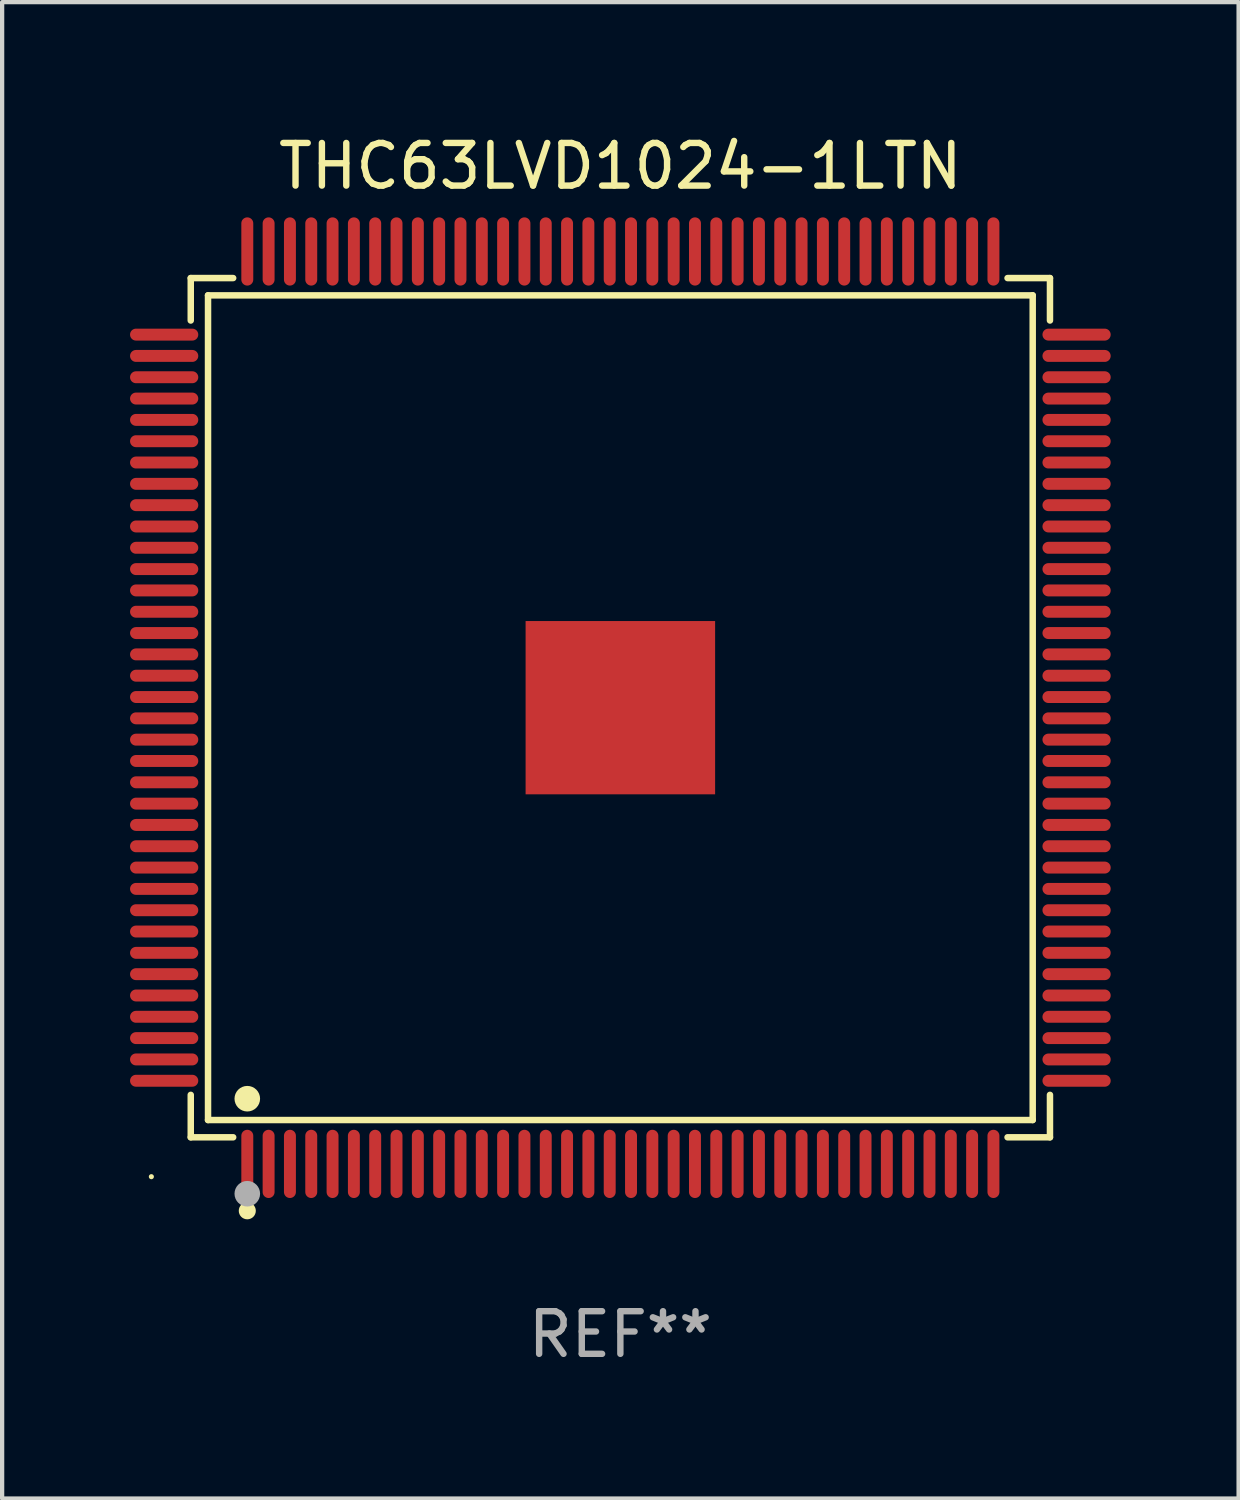
<source format=kicad_pcb>
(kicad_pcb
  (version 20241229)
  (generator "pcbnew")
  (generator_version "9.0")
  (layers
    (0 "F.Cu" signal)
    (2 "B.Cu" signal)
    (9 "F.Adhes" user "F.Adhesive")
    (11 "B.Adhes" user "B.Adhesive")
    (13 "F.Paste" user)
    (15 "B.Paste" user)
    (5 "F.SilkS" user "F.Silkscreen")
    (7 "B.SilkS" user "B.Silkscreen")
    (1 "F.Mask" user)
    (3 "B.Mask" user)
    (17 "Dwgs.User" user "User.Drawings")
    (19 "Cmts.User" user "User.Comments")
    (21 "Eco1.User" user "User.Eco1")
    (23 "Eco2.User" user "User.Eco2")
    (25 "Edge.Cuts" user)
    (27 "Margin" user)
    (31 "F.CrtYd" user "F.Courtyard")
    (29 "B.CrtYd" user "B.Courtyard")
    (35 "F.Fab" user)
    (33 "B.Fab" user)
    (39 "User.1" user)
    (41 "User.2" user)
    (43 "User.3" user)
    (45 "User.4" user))
  (footprint "THC63LVD1024-1LTN"
    (layer "F.Cu")
    (at 11.5 13.548)
    (property "Reference" "THC63LVD1024-1LTN" (at 0 -12.7 0) (layer "F.SilkS") (effects (font (size 1 1) (thickness 0.15))))
    (attr through_hole)
    (fp_line (start -10.076 -10.076) (end -9.081 -10.076) (stroke (width 0.152) (type solid)) (layer "F.SilkS"))
    (fp_line (start -10.076 -9.081) (end -10.076 -10.076) (stroke (width 0.152) (type solid)) (layer "F.SilkS"))
    (fp_line (start -10.076 9.081) (end -10.076 10.076) (stroke (width 0.152) (type solid)) (layer "F.SilkS"))
    (fp_line (start -10.076 10.076) (end -9.081 10.076) (stroke (width 0.152) (type solid)) (layer "F.SilkS"))
    (fp_line (start -9.671 -9.671) (end 9.671 -9.671) (stroke (width 0.152) (type solid)) (layer "F.SilkS"))
    (fp_line (start -9.671 9.671) (end -9.671 -9.671) (stroke (width 0.152) (type solid)) (layer "F.SilkS"))
    (fp_line (start 9.671 -9.671) (end 9.671 9.671) (stroke (width 0.152) (type solid)) (layer "F.SilkS"))
    (fp_line (start 9.671 9.671) (end -9.671 9.671) (stroke (width 0.152) (type solid)) (layer "F.SilkS"))
    (fp_line (start 10.076 -10.076) (end 9.081 -10.076) (stroke (width 0.152) (type solid)) (layer "F.SilkS"))
    (fp_line (start 10.076 -9.081) (end 10.076 -10.076) (stroke (width 0.152) (type solid)) (layer "F.SilkS"))
    (fp_line (start 10.076 9.081) (end 10.076 10.076) (stroke (width 0.152) (type solid)) (layer "F.SilkS"))
    (fp_line (start 10.076 10.076) (end 9.081 10.076) (stroke (width 0.152) (type solid)) (layer "F.SilkS"))
    (fp_circle (center -11 11) (end -10.97 11) (stroke (width 0.06) (type solid)) (fill no) (layer "F.SilkS"))
    (fp_circle (center -8.75 9.171) (end -8.6 9.171) (stroke (width 0.3) (type solid)) (fill no) (layer "F.SilkS"))
    (fp_circle (center -8.75 11.8) (end -8.65 11.8) (stroke (width 0.2) (type solid)) (fill no) (layer "F.SilkS"))
    (fp_circle (center -8.75 11.4) (end -8.6 11.4) (stroke (width 0.3) (type solid)) (fill no) (layer "F.Fab"))
    (fp_text user "REF**" (at 0 14.7 0) (layer "F.Fab") (effects (font (size 1 1) (thickness 0.15))))
    (pad "1" smd oval (at -8.75 10.7) (size 0.28 1.6) (layers "F.Cu" "F.Mask" "F.Paste"))
    (pad "2" smd oval (at -8.25 10.7) (size 0.28 1.6) (layers "F.Cu" "F.Mask" "F.Paste"))
    (pad "3" smd oval (at -7.75 10.7) (size 0.28 1.6) (layers "F.Cu" "F.Mask" "F.Paste"))
    (pad "4" smd oval (at -7.25 10.7) (size 0.28 1.6) (layers "F.Cu" "F.Mask" "F.Paste"))
    (pad "5" smd oval (at -6.75 10.7) (size 0.28 1.6) (layers "F.Cu" "F.Mask" "F.Paste"))
    (pad "6" smd oval (at -6.25 10.7) (size 0.28 1.6) (layers "F.Cu" "F.Mask" "F.Paste"))
    (pad "7" smd oval (at -5.75 10.7) (size 0.28 1.6) (layers "F.Cu" "F.Mask" "F.Paste"))
    (pad "8" smd oval (at -5.25 10.7) (size 0.28 1.6) (layers "F.Cu" "F.Mask" "F.Paste"))
    (pad "9" smd oval (at -4.75 10.7) (size 0.28 1.6) (layers "F.Cu" "F.Mask" "F.Paste"))
    (pad "10" smd oval (at -4.25 10.7) (size 0.28 1.6) (layers "F.Cu" "F.Mask" "F.Paste"))
    (pad "11" smd oval (at -3.75 10.7) (size 0.28 1.6) (layers "F.Cu" "F.Mask" "F.Paste"))
    (pad "12" smd oval (at -3.25 10.7) (size 0.28 1.6) (layers "F.Cu" "F.Mask" "F.Paste"))
    (pad "13" smd oval (at -2.75 10.7) (size 0.28 1.6) (layers "F.Cu" "F.Mask" "F.Paste"))
    (pad "14" smd oval (at -2.25 10.7) (size 0.28 1.6) (layers "F.Cu" "F.Mask" "F.Paste"))
    (pad "15" smd oval (at -1.75 10.7) (size 0.28 1.6) (layers "F.Cu" "F.Mask" "F.Paste"))
    (pad "16" smd oval (at -1.25 10.7) (size 0.28 1.6) (layers "F.Cu" "F.Mask" "F.Paste"))
    (pad "17" smd oval (at -0.75 10.7) (size 0.28 1.6) (layers "F.Cu" "F.Mask" "F.Paste"))
    (pad "18" smd oval (at -0.25 10.7) (size 0.28 1.6) (layers "F.Cu" "F.Mask" "F.Paste"))
    (pad "19" smd oval (at 0.25 10.7) (size 0.28 1.6) (layers "F.Cu" "F.Mask" "F.Paste"))
    (pad "20" smd oval (at 0.75 10.7) (size 0.28 1.6) (layers "F.Cu" "F.Mask" "F.Paste"))
    (pad "21" smd oval (at 1.25 10.7) (size 0.28 1.6) (layers "F.Cu" "F.Mask" "F.Paste"))
    (pad "22" smd oval (at 1.75 10.7) (size 0.28 1.6) (layers "F.Cu" "F.Mask" "F.Paste"))
    (pad "23" smd oval (at 2.25 10.7) (size 0.28 1.6) (layers "F.Cu" "F.Mask" "F.Paste"))
    (pad "24" smd oval (at 2.75 10.7) (size 0.28 1.6) (layers "F.Cu" "F.Mask" "F.Paste"))
    (pad "25" smd oval (at 3.25 10.7) (size 0.28 1.6) (layers "F.Cu" "F.Mask" "F.Paste"))
    (pad "26" smd oval (at 3.75 10.7) (size 0.28 1.6) (layers "F.Cu" "F.Mask" "F.Paste"))
    (pad "27" smd oval (at 4.25 10.7) (size 0.28 1.6) (layers "F.Cu" "F.Mask" "F.Paste"))
    (pad "28" smd oval (at 4.75 10.7) (size 0.28 1.6) (layers "F.Cu" "F.Mask" "F.Paste"))
    (pad "29" smd oval (at 5.25 10.7) (size 0.28 1.6) (layers "F.Cu" "F.Mask" "F.Paste"))
    (pad "30" smd oval (at 5.75 10.7) (size 0.28 1.6) (layers "F.Cu" "F.Mask" "F.Paste"))
    (pad "31" smd oval (at 6.25 10.7) (size 0.28 1.6) (layers "F.Cu" "F.Mask" "F.Paste"))
    (pad "32" smd oval (at 6.75 10.7) (size 0.28 1.6) (layers "F.Cu" "F.Mask" "F.Paste"))
    (pad "33" smd oval (at 7.25 10.7) (size 0.28 1.6) (layers "F.Cu" "F.Mask" "F.Paste"))
    (pad "34" smd oval (at 7.75 10.7) (size 0.28 1.6) (layers "F.Cu" "F.Mask" "F.Paste"))
    (pad "35" smd oval (at 8.25 10.7) (size 0.28 1.6) (layers "F.Cu" "F.Mask" "F.Paste"))
    (pad "36" smd oval (at 8.75 10.7) (size 0.28 1.6) (layers "F.Cu" "F.Mask" "F.Paste"))
    (pad "37" smd oval (at 10.7 8.75) (size 1.6 0.28) (layers "F.Cu" "F.Mask" "F.Paste"))
    (pad "38" smd oval (at 10.7 8.25) (size 1.6 0.28) (layers "F.Cu" "F.Mask" "F.Paste"))
    (pad "39" smd oval (at 10.7 7.75) (size 1.6 0.28) (layers "F.Cu" "F.Mask" "F.Paste"))
    (pad "40" smd oval (at 10.7 7.25) (size 1.6 0.28) (layers "F.Cu" "F.Mask" "F.Paste"))
    (pad "41" smd oval (at 10.7 6.75) (size 1.6 0.28) (layers "F.Cu" "F.Mask" "F.Paste"))
    (pad "42" smd oval (at 10.7 6.25) (size 1.6 0.28) (layers "F.Cu" "F.Mask" "F.Paste"))
    (pad "43" smd oval (at 10.7 5.75) (size 1.6 0.28) (layers "F.Cu" "F.Mask" "F.Paste"))
    (pad "44" smd oval (at 10.7 5.25) (size 1.6 0.28) (layers "F.Cu" "F.Mask" "F.Paste"))
    (pad "45" smd oval (at 10.7 4.75) (size 1.6 0.28) (layers "F.Cu" "F.Mask" "F.Paste"))
    (pad "46" smd oval (at 10.7 4.25) (size 1.6 0.28) (layers "F.Cu" "F.Mask" "F.Paste"))
    (pad "47" smd oval (at 10.7 3.75) (size 1.6 0.28) (layers "F.Cu" "F.Mask" "F.Paste"))
    (pad "48" smd oval (at 10.7 3.25) (size 1.6 0.28) (layers "F.Cu" "F.Mask" "F.Paste"))
    (pad "49" smd oval (at 10.7 2.75) (size 1.6 0.28) (layers "F.Cu" "F.Mask" "F.Paste"))
    (pad "50" smd oval (at 10.7 2.25) (size 1.6 0.28) (layers "F.Cu" "F.Mask" "F.Paste"))
    (pad "51" smd oval (at 10.7 1.75) (size 1.6 0.28) (layers "F.Cu" "F.Mask" "F.Paste"))
    (pad "52" smd oval (at 10.7 1.25) (size 1.6 0.28) (layers "F.Cu" "F.Mask" "F.Paste"))
    (pad "53" smd oval (at 10.7 0.75) (size 1.6 0.28) (layers "F.Cu" "F.Mask" "F.Paste"))
    (pad "54" smd oval (at 10.7 0.25) (size 1.6 0.28) (layers "F.Cu" "F.Mask" "F.Paste"))
    (pad "55" smd oval (at 10.7 -0.25) (size 1.6 0.28) (layers "F.Cu" "F.Mask" "F.Paste"))
    (pad "56" smd oval (at 10.7 -0.75) (size 1.6 0.28) (layers "F.Cu" "F.Mask" "F.Paste"))
    (pad "57" smd oval (at 10.7 -1.25) (size 1.6 0.28) (layers "F.Cu" "F.Mask" "F.Paste"))
    (pad "58" smd oval (at 10.7 -1.75) (size 1.6 0.28) (layers "F.Cu" "F.Mask" "F.Paste"))
    (pad "59" smd oval (at 10.7 -2.25) (size 1.6 0.28) (layers "F.Cu" "F.Mask" "F.Paste"))
    (pad "60" smd oval (at 10.7 -2.75) (size 1.6 0.28) (layers "F.Cu" "F.Mask" "F.Paste"))
    (pad "61" smd oval (at 10.7 -3.25) (size 1.6 0.28) (layers "F.Cu" "F.Mask" "F.Paste"))
    (pad "62" smd oval (at 10.7 -3.75) (size 1.6 0.28) (layers "F.Cu" "F.Mask" "F.Paste"))
    (pad "63" smd oval (at 10.7 -4.25) (size 1.6 0.28) (layers "F.Cu" "F.Mask" "F.Paste"))
    (pad "64" smd oval (at 10.7 -4.75) (size 1.6 0.28) (layers "F.Cu" "F.Mask" "F.Paste"))
    (pad "65" smd oval (at 10.7 -5.25) (size 1.6 0.28) (layers "F.Cu" "F.Mask" "F.Paste"))
    (pad "66" smd oval (at 10.7 -5.75) (size 1.6 0.28) (layers "F.Cu" "F.Mask" "F.Paste"))
    (pad "67" smd oval (at 10.7 -6.25) (size 1.6 0.28) (layers "F.Cu" "F.Mask" "F.Paste"))
    (pad "68" smd oval (at 10.7 -6.75) (size 1.6 0.28) (layers "F.Cu" "F.Mask" "F.Paste"))
    (pad "69" smd oval (at 10.7 -7.25) (size 1.6 0.28) (layers "F.Cu" "F.Mask" "F.Paste"))
    (pad "70" smd oval (at 10.7 -7.75) (size 1.6 0.28) (layers "F.Cu" "F.Mask" "F.Paste"))
    (pad "71" smd oval (at 10.7 -8.25) (size 1.6 0.28) (layers "F.Cu" "F.Mask" "F.Paste"))
    (pad "72" smd oval (at 10.7 -8.75) (size 1.6 0.28) (layers "F.Cu" "F.Mask" "F.Paste"))
    (pad "73" smd oval (at 8.75 -10.7) (size 0.28 1.6) (layers "F.Cu" "F.Mask" "F.Paste"))
    (pad "74" smd oval (at 8.25 -10.7) (size 0.28 1.6) (layers "F.Cu" "F.Mask" "F.Paste"))
    (pad "75" smd oval (at 7.75 -10.7) (size 0.28 1.6) (layers "F.Cu" "F.Mask" "F.Paste"))
    (pad "76" smd oval (at 7.25 -10.7) (size 0.28 1.6) (layers "F.Cu" "F.Mask" "F.Paste"))
    (pad "77" smd oval (at 6.75 -10.7) (size 0.28 1.6) (layers "F.Cu" "F.Mask" "F.Paste"))
    (pad "78" smd oval (at 6.25 -10.7) (size 0.28 1.6) (layers "F.Cu" "F.Mask" "F.Paste"))
    (pad "79" smd oval (at 5.75 -10.7) (size 0.28 1.6) (layers "F.Cu" "F.Mask" "F.Paste"))
    (pad "80" smd oval (at 5.25 -10.7) (size 0.28 1.6) (layers "F.Cu" "F.Mask" "F.Paste"))
    (pad "81" smd oval (at 4.75 -10.7) (size 0.28 1.6) (layers "F.Cu" "F.Mask" "F.Paste"))
    (pad "82" smd oval (at 4.25 -10.7) (size 0.28 1.6) (layers "F.Cu" "F.Mask" "F.Paste"))
    (pad "83" smd oval (at 3.75 -10.7) (size 0.28 1.6) (layers "F.Cu" "F.Mask" "F.Paste"))
    (pad "84" smd oval (at 3.25 -10.7) (size 0.28 1.6) (layers "F.Cu" "F.Mask" "F.Paste"))
    (pad "85" smd oval (at 2.75 -10.7) (size 0.28 1.6) (layers "F.Cu" "F.Mask" "F.Paste"))
    (pad "86" smd oval (at 2.25 -10.7) (size 0.28 1.6) (layers "F.Cu" "F.Mask" "F.Paste"))
    (pad "87" smd oval (at 1.75 -10.7) (size 0.28 1.6) (layers "F.Cu" "F.Mask" "F.Paste"))
    (pad "88" smd oval (at 1.25 -10.7) (size 0.28 1.6) (layers "F.Cu" "F.Mask" "F.Paste"))
    (pad "89" smd oval (at 0.75 -10.7) (size 0.28 1.6) (layers "F.Cu" "F.Mask" "F.Paste"))
    (pad "90" smd oval (at 0.25 -10.7) (size 0.28 1.6) (layers "F.Cu" "F.Mask" "F.Paste"))
    (pad "91" smd oval (at -0.25 -10.7) (size 0.28 1.6) (layers "F.Cu" "F.Mask" "F.Paste"))
    (pad "92" smd oval (at -0.75 -10.7) (size 0.28 1.6) (layers "F.Cu" "F.Mask" "F.Paste"))
    (pad "93" smd oval (at -1.25 -10.7) (size 0.28 1.6) (layers "F.Cu" "F.Mask" "F.Paste"))
    (pad "94" smd oval (at -1.75 -10.7) (size 0.28 1.6) (layers "F.Cu" "F.Mask" "F.Paste"))
    (pad "95" smd oval (at -2.25 -10.7) (size 0.28 1.6) (layers "F.Cu" "F.Mask" "F.Paste"))
    (pad "96" smd oval (at -2.75 -10.7) (size 0.28 1.6) (layers "F.Cu" "F.Mask" "F.Paste"))
    (pad "97" smd oval (at -3.25 -10.7) (size 0.28 1.6) (layers "F.Cu" "F.Mask" "F.Paste"))
    (pad "98" smd oval (at -3.75 -10.7) (size 0.28 1.6) (layers "F.Cu" "F.Mask" "F.Paste"))
    (pad "99" smd oval (at -4.25 -10.7) (size 0.28 1.6) (layers "F.Cu" "F.Mask" "F.Paste"))
    (pad "100" smd oval (at -4.75 -10.7) (size 0.28 1.6) (layers "F.Cu" "F.Mask" "F.Paste"))
    (pad "101" smd oval (at -5.25 -10.7) (size 0.28 1.6) (layers "F.Cu" "F.Mask" "F.Paste"))
    (pad "102" smd oval (at -5.75 -10.7) (size 0.28 1.6) (layers "F.Cu" "F.Mask" "F.Paste"))
    (pad "103" smd oval (at -6.25 -10.7) (size 0.28 1.6) (layers "F.Cu" "F.Mask" "F.Paste"))
    (pad "104" smd oval (at -6.75 -10.7) (size 0.28 1.6) (layers "F.Cu" "F.Mask" "F.Paste"))
    (pad "105" smd oval (at -7.25 -10.7) (size 0.28 1.6) (layers "F.Cu" "F.Mask" "F.Paste"))
    (pad "106" smd oval (at -7.75 -10.7) (size 0.28 1.6) (layers "F.Cu" "F.Mask" "F.Paste"))
    (pad "107" smd oval (at -8.25 -10.7) (size 0.28 1.6) (layers "F.Cu" "F.Mask" "F.Paste"))
    (pad "108" smd oval (at -8.75 -10.7) (size 0.28 1.6) (layers "F.Cu" "F.Mask" "F.Paste"))
    (pad "109" smd oval (at -10.7 -8.75) (size 1.6 0.28) (layers "F.Cu" "F.Mask" "F.Paste"))
    (pad "110" smd oval (at -10.7 -8.25) (size 1.6 0.28) (layers "F.Cu" "F.Mask" "F.Paste"))
    (pad "111" smd oval (at -10.7 -7.75) (size 1.6 0.28) (layers "F.Cu" "F.Mask" "F.Paste"))
    (pad "112" smd oval (at -10.7 -7.25) (size 1.6 0.28) (layers "F.Cu" "F.Mask" "F.Paste"))
    (pad "113" smd oval (at -10.7 -6.75) (size 1.6 0.28) (layers "F.Cu" "F.Mask" "F.Paste"))
    (pad "114" smd oval (at -10.7 -6.25) (size 1.6 0.28) (layers "F.Cu" "F.Mask" "F.Paste"))
    (pad "115" smd oval (at -10.7 -5.75) (size 1.6 0.28) (layers "F.Cu" "F.Mask" "F.Paste"))
    (pad "116" smd oval (at -10.7 -5.25) (size 1.6 0.28) (layers "F.Cu" "F.Mask" "F.Paste"))
    (pad "117" smd oval (at -10.7 -4.75) (size 1.6 0.28) (layers "F.Cu" "F.Mask" "F.Paste"))
    (pad "118" smd oval (at -10.7 -4.25) (size 1.6 0.28) (layers "F.Cu" "F.Mask" "F.Paste"))
    (pad "119" smd oval (at -10.7 -3.75) (size 1.6 0.28) (layers "F.Cu" "F.Mask" "F.Paste"))
    (pad "120" smd oval (at -10.7 -3.25) (size 1.6 0.28) (layers "F.Cu" "F.Mask" "F.Paste"))
    (pad "121" smd oval (at -10.7 -2.75) (size 1.6 0.28) (layers "F.Cu" "F.Mask" "F.Paste"))
    (pad "122" smd oval (at -10.7 -2.25) (size 1.6 0.28) (layers "F.Cu" "F.Mask" "F.Paste"))
    (pad "123" smd oval (at -10.7 -1.75) (size 1.6 0.28) (layers "F.Cu" "F.Mask" "F.Paste"))
    (pad "124" smd oval (at -10.7 -1.25) (size 1.6 0.28) (layers "F.Cu" "F.Mask" "F.Paste"))
    (pad "125" smd oval (at -10.7 -0.75) (size 1.6 0.28) (layers "F.Cu" "F.Mask" "F.Paste"))
    (pad "126" smd oval (at -10.7 -0.25) (size 1.6 0.28) (layers "F.Cu" "F.Mask" "F.Paste"))
    (pad "127" smd oval (at -10.7 0.25) (size 1.6 0.28) (layers "F.Cu" "F.Mask" "F.Paste"))
    (pad "128" smd oval (at -10.7 0.75) (size 1.6 0.28) (layers "F.Cu" "F.Mask" "F.Paste"))
    (pad "129" smd oval (at -10.7 1.25) (size 1.6 0.28) (layers "F.Cu" "F.Mask" "F.Paste"))
    (pad "130" smd oval (at -10.7 1.75) (size 1.6 0.28) (layers "F.Cu" "F.Mask" "F.Paste"))
    (pad "131" smd oval (at -10.7 2.25) (size 1.6 0.28) (layers "F.Cu" "F.Mask" "F.Paste"))
    (pad "132" smd oval (at -10.7 2.75) (size 1.6 0.28) (layers "F.Cu" "F.Mask" "F.Paste"))
    (pad "133" smd oval (at -10.7 3.25) (size 1.6 0.28) (layers "F.Cu" "F.Mask" "F.Paste"))
    (pad "134" smd oval (at -10.7 3.75) (size 1.6 0.28) (layers "F.Cu" "F.Mask" "F.Paste"))
    (pad "135" smd oval (at -10.7 4.25) (size 1.6 0.28) (layers "F.Cu" "F.Mask" "F.Paste"))
    (pad "136" smd oval (at -10.7 4.75) (size 1.6 0.28) (layers "F.Cu" "F.Mask" "F.Paste"))
    (pad "137" smd oval (at -10.7 5.25) (size 1.6 0.28) (layers "F.Cu" "F.Mask" "F.Paste"))
    (pad "138" smd oval (at -10.7 5.75) (size 1.6 0.28) (layers "F.Cu" "F.Mask" "F.Paste"))
    (pad "139" smd oval (at -10.7 6.25) (size 1.6 0.28) (layers "F.Cu" "F.Mask" "F.Paste"))
    (pad "140" smd oval (at -10.7 6.75) (size 1.6 0.28) (layers "F.Cu" "F.Mask" "F.Paste"))
    (pad "141" smd oval (at -10.7 7.25) (size 1.6 0.28) (layers "F.Cu" "F.Mask" "F.Paste"))
    (pad "142" smd oval (at -10.7 7.75) (size 1.6 0.28) (layers "F.Cu" "F.Mask" "F.Paste"))
    (pad "143" smd oval (at -10.7 8.25) (size 1.6 0.28) (layers "F.Cu" "F.Mask" "F.Paste"))
    (pad "144" smd oval (at -10.7 8.75) (size 1.6 0.28) (layers "F.Cu" "F.Mask" "F.Paste"))
    (pad "145" smd rect (at 0 0) (size 4.445 4.064) (layers "F.Cu" "F.Mask" "F.Paste")))
  (gr_rect
    (start -3 -3)
    (end 26 32.097)
    (stroke (width 0.1) (type default))
    (fill no)
    (layer "Edge.Cuts")))
</source>
